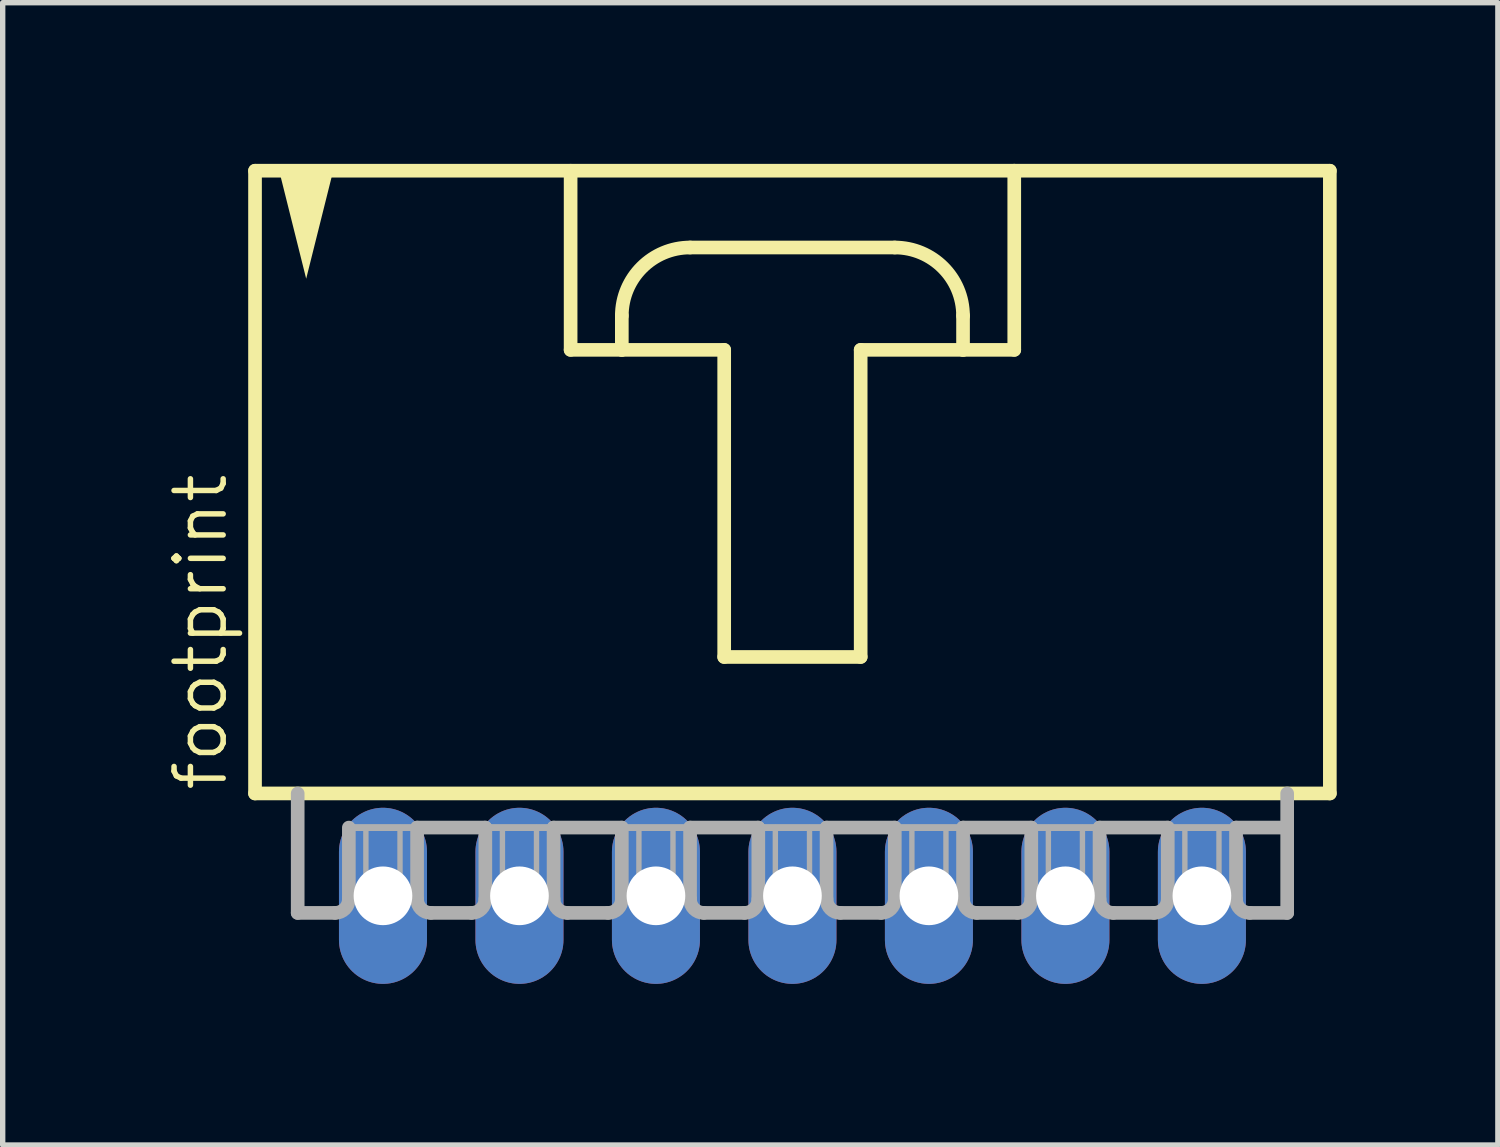
<source format=kicad_pcb>
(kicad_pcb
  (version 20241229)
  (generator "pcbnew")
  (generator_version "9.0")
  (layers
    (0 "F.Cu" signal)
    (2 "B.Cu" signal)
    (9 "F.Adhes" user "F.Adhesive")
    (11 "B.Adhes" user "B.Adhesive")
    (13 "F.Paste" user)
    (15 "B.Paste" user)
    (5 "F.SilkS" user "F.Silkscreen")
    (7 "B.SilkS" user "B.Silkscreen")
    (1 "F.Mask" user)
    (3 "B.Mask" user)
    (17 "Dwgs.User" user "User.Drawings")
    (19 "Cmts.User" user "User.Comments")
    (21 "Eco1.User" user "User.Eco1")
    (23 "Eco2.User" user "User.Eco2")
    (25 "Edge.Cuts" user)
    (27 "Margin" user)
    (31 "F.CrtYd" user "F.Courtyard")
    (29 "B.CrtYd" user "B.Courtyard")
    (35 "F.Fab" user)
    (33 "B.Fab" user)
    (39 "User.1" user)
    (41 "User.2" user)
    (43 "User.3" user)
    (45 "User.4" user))
  (footprint "footprint"
    (layer "F.Cu")
    (at 11.697 6.001)
    (property "Reference" "footprint" (at -10.477 5.715 90) (layer "F.SilkS") (effects (font (size 0.914 0.914) (thickness 0.102)) (justify left bottom)))
    (fp_line (start -10.001 -5.874) (end -10.001 5.715) (stroke (width 0.254) (type solid)) (layer "F.SilkS"))
    (fp_line (start -10.001 5.715) (end 10.001 5.715) (stroke (width 0.254) (type solid)) (layer "F.SilkS"))
    (fp_line (start -4.128 -5.874) (end -4.128 -2.54) (stroke (width 0.254) (type solid)) (layer "F.SilkS"))
    (fp_line (start -4.128 -2.54) (end -3.175 -2.54) (stroke (width 0.254) (type solid)) (layer "F.SilkS"))
    (fp_line (start -3.175 -2.54) (end -3.175 -3.175) (stroke (width 0.254) (type solid)) (layer "F.SilkS"))
    (fp_line (start -3.175 -2.54) (end -1.27 -2.54) (stroke (width 0.254) (type solid)) (layer "F.SilkS"))
    (fp_line (start -1.905 -4.445) (end 1.905 -4.445) (stroke (width 0.254) (type solid)) (layer "F.SilkS"))
    (fp_line (start -1.27 -2.54) (end -1.27 3.175) (stroke (width 0.254) (type solid)) (layer "F.SilkS"))
    (fp_line (start -1.27 3.175) (end 1.27 3.175) (stroke (width 0.254) (type solid)) (layer "F.SilkS"))
    (fp_line (start 1.27 -2.54) (end 3.175 -2.54) (stroke (width 0.254) (type solid)) (layer "F.SilkS"))
    (fp_line (start 1.27 3.175) (end 1.27 -2.54) (stroke (width 0.254) (type solid)) (layer "F.SilkS"))
    (fp_line (start 3.175 -3.175) (end 3.175 -2.54) (stroke (width 0.254) (type solid)) (layer "F.SilkS"))
    (fp_line (start 3.175 -2.54) (end 4.128 -2.54) (stroke (width 0.254) (type solid)) (layer "F.SilkS"))
    (fp_line (start 4.128 -5.874) (end -10.001 -5.874) (stroke (width 0.254) (type solid)) (layer "F.SilkS"))
    (fp_line (start 4.128 -2.54) (end 4.128 -5.874) (stroke (width 0.254) (type solid)) (layer "F.SilkS"))
    (fp_line (start 10.001 -5.874) (end 4.128 -5.874) (stroke (width 0.254) (type solid)) (layer "F.SilkS"))
    (fp_line (start 10.001 5.715) (end 10.001 -5.874) (stroke (width 0.254) (type solid)) (layer "F.SilkS"))
    (fp_arc (start -3.175 -3.175) (mid -2.803026 -4.073026) (end -1.905 -4.445) (stroke (width 0.254) (type solid)) (layer "F.SilkS"))
    (fp_arc (start 1.905 -4.445) (mid 2.803026 -4.073026) (end 3.175 -3.175) (stroke (width 0.254) (type solid)) (layer "F.SilkS"))
    (fp_poly (pts (xy -9.049 -3.864) (xy -9.558 -5.899) (xy -8.54 -5.899)) (stroke (width 0) (type solid)) (fill yes) (layer "F.SilkS"))
    (fp_line (start -9.207 5.715) (end -9.207 7.938) (stroke (width 0.254) (type solid)) (layer "F.Fab"))
    (fp_line (start -8.509 7.938) (end -9.207 7.938) (stroke (width 0.254) (type solid)) (layer "F.Fab"))
    (fp_line (start -8.255 6.35) (end -8.255 7.684) (stroke (width 0.254) (type solid)) (layer "F.Fab"))
    (fp_line (start -8.255 6.35) (end -6.985 6.35) (stroke (width 0.127) (type solid)) (layer "F.Fab"))
    (fp_line (start -6.985 6.35) (end -6.985 7.684) (stroke (width 0.254) (type solid)) (layer "F.Fab"))
    (fp_line (start -6.985 6.35) (end -5.715 6.35) (stroke (width 0.254) (type solid)) (layer "F.Fab"))
    (fp_line (start -5.969 7.938) (end -6.731 7.938) (stroke (width 0.254) (type solid)) (layer "F.Fab"))
    (fp_line (start -5.715 6.35) (end -5.715 7.684) (stroke (width 0.254) (type solid)) (layer "F.Fab"))
    (fp_line (start -5.715 6.35) (end -4.445 6.35) (stroke (width 0.127) (type solid)) (layer "F.Fab"))
    (fp_line (start -4.445 6.35) (end -4.445 7.684) (stroke (width 0.254) (type solid)) (layer "F.Fab"))
    (fp_line (start -4.445 6.35) (end -3.175 6.35) (stroke (width 0.254) (type solid)) (layer "F.Fab"))
    (fp_line (start -3.429 7.938) (end -4.191 7.938) (stroke (width 0.254) (type solid)) (layer "F.Fab"))
    (fp_line (start -3.175 6.35) (end -3.175 7.684) (stroke (width 0.254) (type solid)) (layer "F.Fab"))
    (fp_line (start -3.175 6.35) (end -1.905 6.35) (stroke (width 0.127) (type solid)) (layer "F.Fab"))
    (fp_line (start -1.905 6.35) (end -1.905 7.684) (stroke (width 0.254) (type solid)) (layer "F.Fab"))
    (fp_line (start -1.905 6.35) (end -0.635 6.35) (stroke (width 0.254) (type solid)) (layer "F.Fab"))
    (fp_line (start -0.889 7.938) (end -1.651 7.938) (stroke (width 0.254) (type solid)) (layer "F.Fab"))
    (fp_line (start -0.635 6.35) (end -0.635 7.684) (stroke (width 0.254) (type solid)) (layer "F.Fab"))
    (fp_line (start -0.635 6.35) (end 0.635 6.35) (stroke (width 0.127) (type solid)) (layer "F.Fab"))
    (fp_line (start 0.635 6.35) (end 0.635 7.684) (stroke (width 0.254) (type solid)) (layer "F.Fab"))
    (fp_line (start 0.635 6.35) (end 1.905 6.35) (stroke (width 0.254) (type solid)) (layer "F.Fab"))
    (fp_line (start 1.651 7.938) (end 0.889 7.938) (stroke (width 0.254) (type solid)) (layer "F.Fab"))
    (fp_line (start 1.905 6.35) (end 1.905 7.684) (stroke (width 0.254) (type solid)) (layer "F.Fab"))
    (fp_line (start 1.905 6.35) (end 3.175 6.35) (stroke (width 0.127) (type solid)) (layer "F.Fab"))
    (fp_line (start 3.175 6.35) (end 3.175 7.684) (stroke (width 0.254) (type solid)) (layer "F.Fab"))
    (fp_line (start 3.175 6.35) (end 4.445 6.35) (stroke (width 0.254) (type solid)) (layer "F.Fab"))
    (fp_line (start 4.191 7.938) (end 3.429 7.938) (stroke (width 0.254) (type solid)) (layer "F.Fab"))
    (fp_line (start 4.445 6.35) (end 4.445 7.684) (stroke (width 0.254) (type solid)) (layer "F.Fab"))
    (fp_line (start 4.445 6.35) (end 5.715 6.35) (stroke (width 0.127) (type solid)) (layer "F.Fab"))
    (fp_line (start 5.715 6.35) (end 5.715 7.684) (stroke (width 0.254) (type solid)) (layer "F.Fab"))
    (fp_line (start 5.715 6.35) (end 6.985 6.35) (stroke (width 0.254) (type solid)) (layer "F.Fab"))
    (fp_line (start 6.731 7.938) (end 5.969 7.938) (stroke (width 0.254) (type solid)) (layer "F.Fab"))
    (fp_line (start 6.985 6.35) (end 6.985 7.684) (stroke (width 0.254) (type solid)) (layer "F.Fab"))
    (fp_line (start 6.985 6.35) (end 8.255 6.35) (stroke (width 0.127) (type solid)) (layer "F.Fab"))
    (fp_line (start 8.255 6.35) (end 8.255 7.684) (stroke (width 0.254) (type solid)) (layer "F.Fab"))
    (fp_line (start 8.255 6.35) (end 9.207 6.35) (stroke (width 0.254) (type solid)) (layer "F.Fab"))
    (fp_line (start 8.509 7.938) (end 9.207 7.938) (stroke (width 0.254) (type solid)) (layer "F.Fab"))
    (fp_line (start 9.207 6.35) (end 9.207 5.715) (stroke (width 0.254) (type solid)) (layer "F.Fab"))
    (fp_line (start 9.207 7.938) (end 9.207 6.35) (stroke (width 0.254) (type solid)) (layer "F.Fab"))
    (fp_arc (start -8.255 7.6835) (mid -8.329395 7.863105) (end -8.509 7.9375) (stroke (width 0.254) (type solid)) (layer "F.Fab"))
    (fp_arc (start -6.731 7.9375) (mid -6.910605 7.863105) (end -6.985 7.6835) (stroke (width 0.254) (type solid)) (layer "F.Fab"))
    (fp_arc (start -5.715 7.6835) (mid -5.789395 7.863105) (end -5.969 7.9375) (stroke (width 0.254) (type solid)) (layer "F.Fab"))
    (fp_arc (start -4.191 7.9375) (mid -4.370605 7.863105) (end -4.445 7.6835) (stroke (width 0.254) (type solid)) (layer "F.Fab"))
    (fp_arc (start -3.175 7.6835) (mid -3.249395 7.863105) (end -3.429 7.9375) (stroke (width 0.254) (type solid)) (layer "F.Fab"))
    (fp_arc (start -1.651 7.9375) (mid -1.830605 7.863105) (end -1.905 7.6835) (stroke (width 0.254) (type solid)) (layer "F.Fab"))
    (fp_arc (start -0.635 7.6835) (mid -0.709395 7.863105) (end -0.889 7.9375) (stroke (width 0.254) (type solid)) (layer "F.Fab"))
    (fp_arc (start 0.889 7.9375) (mid 0.709395 7.863105) (end 0.635 7.6835) (stroke (width 0.254) (type solid)) (layer "F.Fab"))
    (fp_arc (start 1.905 7.6835) (mid 1.830605 7.863105) (end 1.651 7.9375) (stroke (width 0.254) (type solid)) (layer "F.Fab"))
    (fp_arc (start 3.429 7.9375) (mid 3.249395 7.863105) (end 3.175 7.6835) (stroke (width 0.254) (type solid)) (layer "F.Fab"))
    (fp_arc (start 4.445 7.6835) (mid 4.370605 7.863105) (end 4.191 7.9375) (stroke (width 0.254) (type solid)) (layer "F.Fab"))
    (fp_arc (start 5.969 7.9375) (mid 5.789395 7.863105) (end 5.715 7.6835) (stroke (width 0.254) (type solid)) (layer "F.Fab"))
    (fp_arc (start 6.985 7.6835) (mid 6.910605 7.863105) (end 6.731 7.9375) (stroke (width 0.254) (type solid)) (layer "F.Fab"))
    (fp_arc (start 8.509 7.9375) (mid 8.329395 7.863105) (end 8.255 7.6835) (stroke (width 0.254) (type solid)) (layer "F.Fab"))
    (fp_poly (pts (xy -7.938 7.62) (xy -7.303 7.62) (xy -7.303 6.35) (xy -7.938 6.35)) (stroke (width 0.1) (type solid)) (fill no) (layer "F.Fab"))
    (fp_poly (pts (xy -5.397 7.62) (xy -4.763 7.62) (xy -4.763 6.35) (xy -5.397 6.35)) (stroke (width 0.1) (type solid)) (fill no) (layer "F.Fab"))
    (fp_poly (pts (xy -2.857 7.62) (xy -2.223 7.62) (xy -2.223 6.35) (xy -2.857 6.35)) (stroke (width 0.1) (type solid)) (fill no) (layer "F.Fab"))
    (fp_poly (pts (xy -0.318 7.62) (xy 0.318 7.62) (xy 0.318 6.35) (xy -0.318 6.35)) (stroke (width 0.1) (type solid)) (fill no) (layer "F.Fab"))
    (fp_poly (pts (xy 2.223 7.62) (xy 2.857 7.62) (xy 2.857 6.35) (xy 2.223 6.35)) (stroke (width 0.1) (type solid)) (fill no) (layer "F.Fab"))
    (fp_poly (pts (xy 4.763 7.62) (xy 5.397 7.62) (xy 5.397 6.35) (xy 4.763 6.35)) (stroke (width 0.1) (type solid)) (fill no) (layer "F.Fab"))
    (fp_poly (pts (xy 7.303 7.62) (xy 7.938 7.62) (xy 7.938 6.35) (xy 7.303 6.35)) (stroke (width 0.1) (type solid)) (fill no) (layer "F.Fab"))
    (pad "1" thru_hole oval (at -7.62 7.62 90) (size 3.277 1.638) (drill 1.092) (layers "*.Cu" "*.Mask"))
    (pad "2" thru_hole oval (at -5.08 7.62 90) (size 3.277 1.638) (drill 1.092) (layers "*.Cu" "*.Mask"))
    (pad "3" thru_hole oval (at -2.54 7.62 90) (size 3.277 1.638) (drill 1.092) (layers "*.Cu" "*.Mask"))
    (pad "4" thru_hole oval (at 0 7.62 90) (size 3.277 1.638) (drill 1.092) (layers "*.Cu" "*.Mask"))
    (pad "5" thru_hole oval (at 2.54 7.62 90) (size 3.277 1.638) (drill 1.092) (layers "*.Cu" "*.Mask"))
    (pad "6" thru_hole oval (at 5.08 7.62 90) (size 3.277 1.638) (drill 1.092) (layers "*.Cu" "*.Mask"))
    (pad "7" thru_hole oval (at 7.62 7.62 90) (size 3.277 1.638) (drill 1.092) (layers "*.Cu" "*.Mask")))
  (gr_rect
    (start -3 -3)
    (end 24.825 18.259)
    (stroke (width 0.1) (type default))
    (fill no)
    (layer "Edge.Cuts")))
</source>
